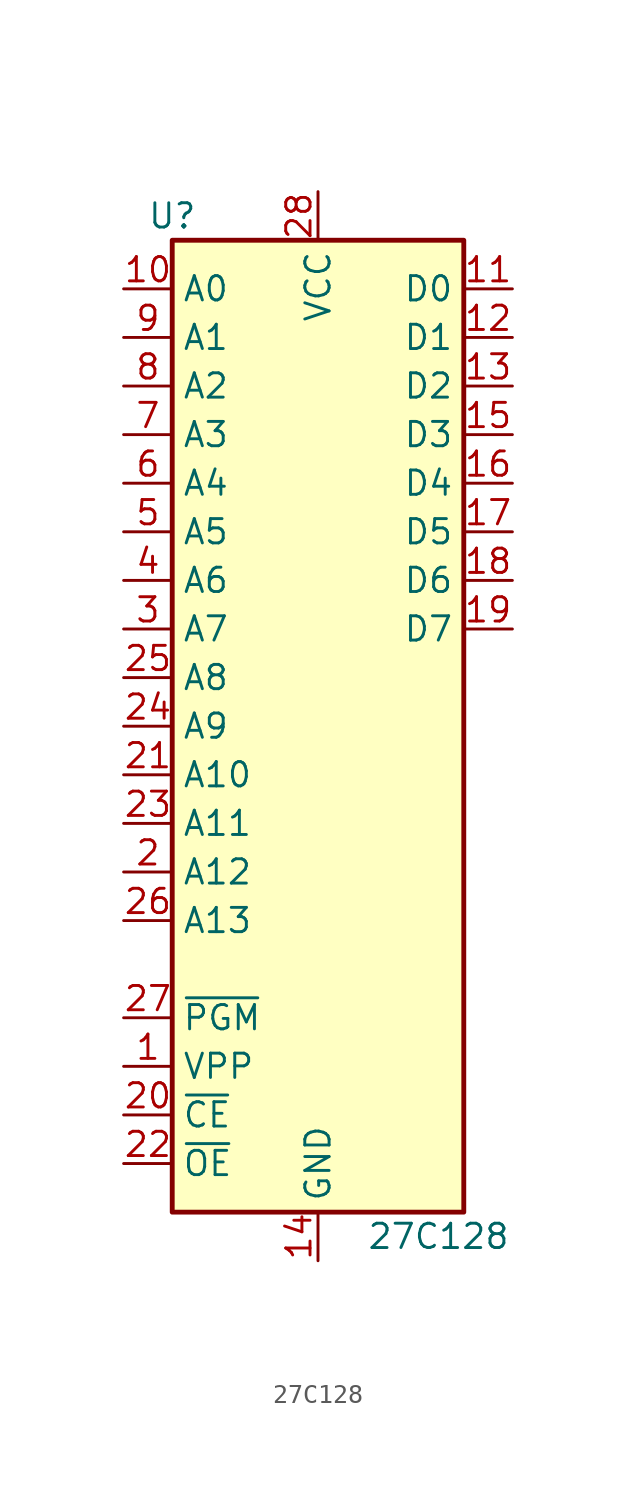
<source format=kicad_sym>
(kicad_symbol_lib
  (version 20211014)
  (generator kicad_symbol_editor)
  (symbol "27C128"
    (property "Reference" "U"
      (at -7.62 26.67 0)
      (effects (font (size 1.27 1.27))))
    (property "Value" "27C128"
      (at 2.54 -26.67 0)
      (effects (font (size 1.27 1.27)) (justify left)))
    (symbol "27C128_1_1"
      (rectangle (start -7.62 25.4) (end 7.62 -25.4) (stroke (width 0.254) (type default) (color 0 0 0 0)) (fill (type background)))
      (pin input line (at -10.16 -17.78 0) (length 2.54) (name "VPP" (effects (font (size 1.27 1.27)))) (number "1" (effects (font (size 1.27 1.27)))))
      (pin input line (at -10.16 22.86 0) (length 2.54) (name "A0" (effects (font (size 1.27 1.27)))) (number "10" (effects (font (size 1.27 1.27)))))
      (pin tri_state line (at 10.16 22.86 180) (length 2.54) (name "D0" (effects (font (size 1.27 1.27)))) (number "11" (effects (font (size 1.27 1.27)))))
      (pin tri_state line (at 10.16 20.32 180) (length 2.54) (name "D1" (effects (font (size 1.27 1.27)))) (number "12" (effects (font (size 1.27 1.27)))))
      (pin tri_state line (at 10.16 17.78 180) (length 2.54) (name "D2" (effects (font (size 1.27 1.27)))) (number "13" (effects (font (size 1.27 1.27)))))
      (pin power_in line (at 0 -27.94 90) (length 2.54) (name "GND" (effects (font (size 1.27 1.27)))) (number "14" (effects (font (size 1.27 1.27)))))
      (pin tri_state line (at 10.16 15.24 180) (length 2.54) (name "D3" (effects (font (size 1.27 1.27)))) (number "15" (effects (font (size 1.27 1.27)))))
      (pin tri_state line (at 10.16 12.7 180) (length 2.54) (name "D4" (effects (font (size 1.27 1.27)))) (number "16" (effects (font (size 1.27 1.27)))))
      (pin tri_state line (at 10.16 10.16 180) (length 2.54) (name "D5" (effects (font (size 1.27 1.27)))) (number "17" (effects (font (size 1.27 1.27)))))
      (pin tri_state line (at 10.16 7.62 180) (length 2.54) (name "D6" (effects (font (size 1.27 1.27)))) (number "18" (effects (font (size 1.27 1.27)))))
      (pin tri_state line (at 10.16 5.08 180) (length 2.54) (name "D7" (effects (font (size 1.27 1.27)))) (number "19" (effects (font (size 1.27 1.27)))))
      (pin input line (at -10.16 -7.62 0) (length 2.54) (name "A12" (effects (font (size 1.27 1.27)))) (number "2" (effects (font (size 1.27 1.27)))))
      (pin input line (at -10.16 -20.32 0) (length 2.54) (name "~{CE}" (effects (font (size 1.27 1.27)))) (number "20" (effects (font (size 1.27 1.27)))))
      (pin input line (at -10.16 -2.54 0) (length 2.54) (name "A10" (effects (font (size 1.27 1.27)))) (number "21" (effects (font (size 1.27 1.27)))))
      (pin input line (at -10.16 -22.86 0) (length 2.54) (name "~{OE}" (effects (font (size 1.27 1.27)))) (number "22" (effects (font (size 1.27 1.27)))))
      (pin input line (at -10.16 -5.08 0) (length 2.54) (name "A11" (effects (font (size 1.27 1.27)))) (number "23" (effects (font (size 1.27 1.27)))))
      (pin input line (at -10.16 0 0) (length 2.54) (name "A9" (effects (font (size 1.27 1.27)))) (number "24" (effects (font (size 1.27 1.27)))))
      (pin input line (at -10.16 2.54 0) (length 2.54) (name "A8" (effects (font (size 1.27 1.27)))) (number "25" (effects (font (size 1.27 1.27)))))
      (pin input line (at -10.16 -10.16 0) (length 2.54) (name "A13" (effects (font (size 1.27 1.27)))) (number "26" (effects (font (size 1.27 1.27)))))
      (pin input line (at -10.16 -15.24 0) (length 2.54) (name "~{PGM}" (effects (font (size 1.27 1.27)))) (number "27" (effects (font (size 1.27 1.27)))))
      (pin power_in line (at 0 27.94 270) (length 2.54) (name "VCC" (effects (font (size 1.27 1.27)))) (number "28" (effects (font (size 1.27 1.27)))))
      (pin input line (at -10.16 5.08 0) (length 2.54) (name "A7" (effects (font (size 1.27 1.27)))) (number "3" (effects (font (size 1.27 1.27)))))
      (pin input line (at -10.16 7.62 0) (length 2.54) (name "A6" (effects (font (size 1.27 1.27)))) (number "4" (effects (font (size 1.27 1.27)))))
      (pin input line (at -10.16 10.16 0) (length 2.54) (name "A5" (effects (font (size 1.27 1.27)))) (number "5" (effects (font (size 1.27 1.27)))))
      (pin input line (at -10.16 12.7 0) (length 2.54) (name "A4" (effects (font (size 1.27 1.27)))) (number "6" (effects (font (size 1.27 1.27)))))
      (pin input line (at -10.16 15.24 0) (length 2.54) (name "A3" (effects (font (size 1.27 1.27)))) (number "7" (effects (font (size 1.27 1.27)))))
      (pin input line (at -10.16 17.78 0) (length 2.54) (name "A2" (effects (font (size 1.27 1.27)))) (number "8" (effects (font (size 1.27 1.27)))))
      (pin input line (at -10.16 20.32 0) (length 2.54) (name "A1" (effects (font (size 1.27 1.27)))) (number "9" (effects (font (size 1.27 1.27))))))))
</source>
